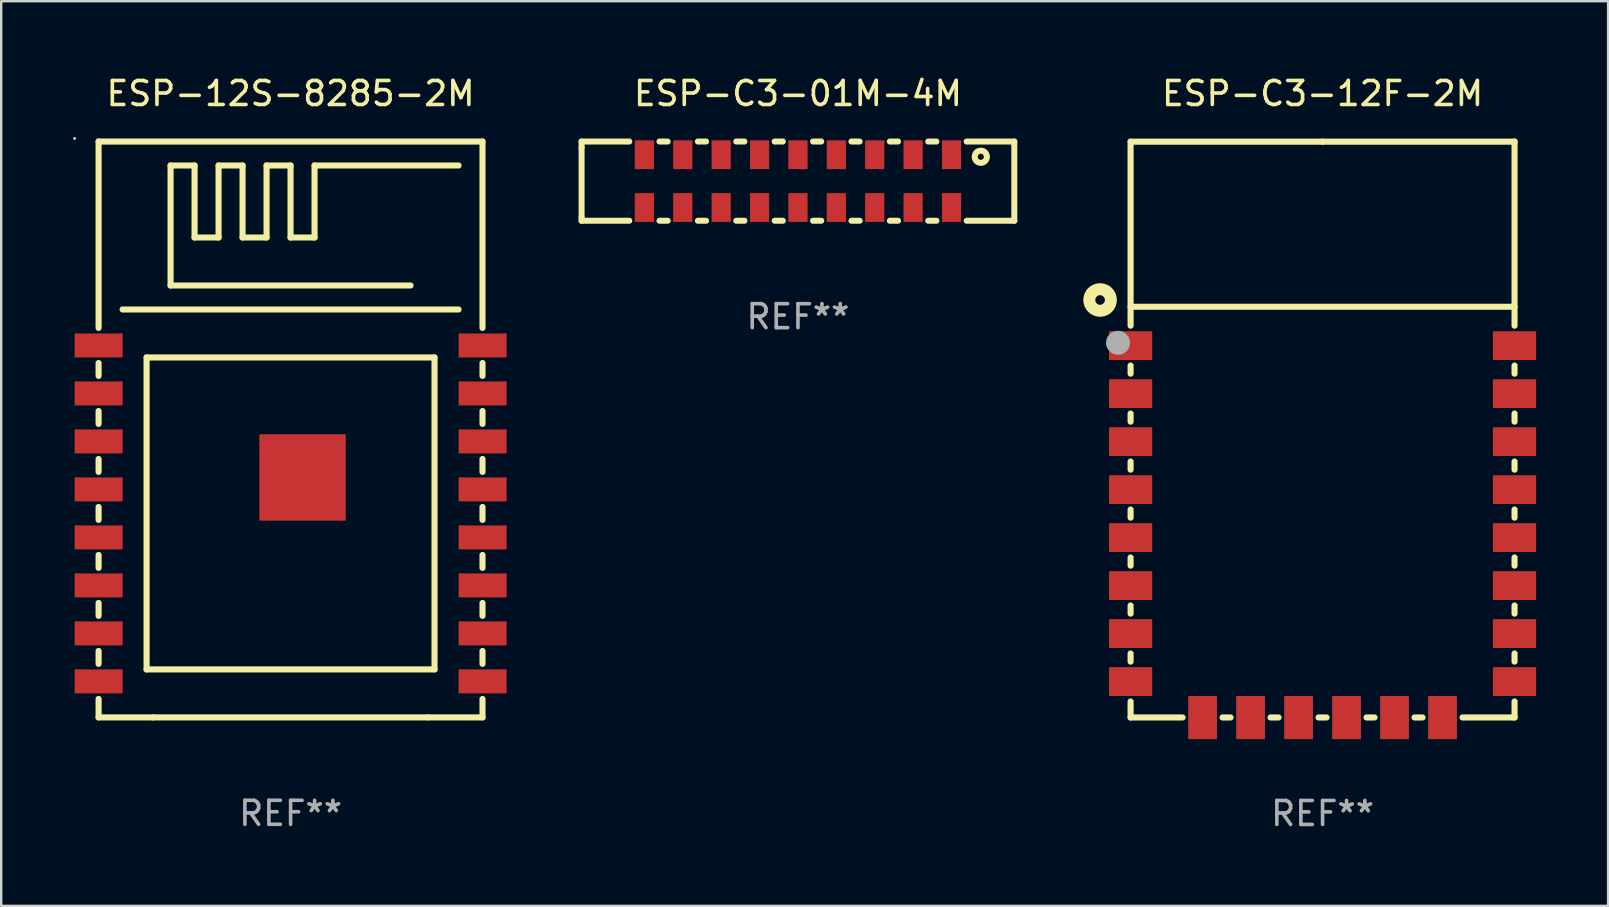
<source format=kicad_pcb>
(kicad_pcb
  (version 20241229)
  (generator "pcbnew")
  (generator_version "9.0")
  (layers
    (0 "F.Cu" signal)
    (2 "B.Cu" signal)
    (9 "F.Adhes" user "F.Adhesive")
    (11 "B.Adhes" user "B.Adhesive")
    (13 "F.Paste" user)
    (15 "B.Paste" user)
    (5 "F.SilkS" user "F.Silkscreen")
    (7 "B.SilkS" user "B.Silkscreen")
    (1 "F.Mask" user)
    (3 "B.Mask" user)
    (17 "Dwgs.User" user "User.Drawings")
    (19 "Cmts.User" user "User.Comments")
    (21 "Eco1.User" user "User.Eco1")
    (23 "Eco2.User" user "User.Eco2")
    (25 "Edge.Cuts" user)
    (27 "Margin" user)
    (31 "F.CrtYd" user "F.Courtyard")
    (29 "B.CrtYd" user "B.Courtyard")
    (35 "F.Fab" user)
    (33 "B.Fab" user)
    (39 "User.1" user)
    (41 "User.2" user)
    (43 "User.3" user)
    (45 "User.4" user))
  (footprint "ESP-C3-12F-2M"
    (layer "F.Cu")
    (at 52.069 14.851)
    (property "Reference" "ESP-C3-12F-2M" (at 0 -14.003 0) (layer "F.SilkS") (effects (font (size 1 1) (thickness 0.15))))
    (attr through_hole)
    (fp_line (start -8.001 -11.997) (end -8.001 -4.328) (stroke (width 0.254) (type solid)) (layer "F.SilkS"))
    (fp_line (start -8.001 -5.116) (end 8.001 -5.116) (stroke (width 0.254) (type solid)) (layer "F.SilkS"))
    (fp_line (start -8.001 -2.666) (end -8.001 -2.328) (stroke (width 0.254) (type solid)) (layer "F.SilkS"))
    (fp_line (start -8.001 -0.666) (end -8.001 -0.328) (stroke (width 0.254) (type solid)) (layer "F.SilkS"))
    (fp_line (start -8.001 1.334) (end -8.001 1.672) (stroke (width 0.254) (type solid)) (layer "F.SilkS"))
    (fp_line (start -8.001 3.334) (end -8.001 3.672) (stroke (width 0.254) (type solid)) (layer "F.SilkS"))
    (fp_line (start -8.001 5.334) (end -8.001 5.672) (stroke (width 0.254) (type solid)) (layer "F.SilkS"))
    (fp_line (start -8.001 7.334) (end -8.001 7.672) (stroke (width 0.254) (type solid)) (layer "F.SilkS"))
    (fp_line (start -8.001 9.334) (end -8.001 9.672) (stroke (width 0.254) (type solid)) (layer "F.SilkS"))
    (fp_line (start -8.001 11.334) (end -8.001 12) (stroke (width 0.254) (type solid)) (layer "F.SilkS"))
    (fp_line (start -8.001 12) (end -5.832 12) (stroke (width 0.254) (type solid)) (layer "F.SilkS"))
    (fp_line (start -4.169 12) (end -3.832 12) (stroke (width 0.254) (type solid)) (layer "F.SilkS"))
    (fp_line (start -2.169 12) (end -1.832 12) (stroke (width 0.254) (type solid)) (layer "F.SilkS"))
    (fp_line (start -0.169 12) (end 0.168 12) (stroke (width 0.254) (type solid)) (layer "F.SilkS"))
    (fp_line (start -0.000495 -11.997) (end -8.001 -11.997) (stroke (width 0.254) (type solid)) (layer "F.SilkS"))
    (fp_line (start -0.000495 -11.997) (end 8.001 -11.997) (stroke (width 0.254) (type solid)) (layer "F.SilkS"))
    (fp_line (start 1.831 12) (end 2.168 12) (stroke (width 0.254) (type solid)) (layer "F.SilkS"))
    (fp_line (start 3.831 12) (end 4.168 12) (stroke (width 0.254) (type solid)) (layer "F.SilkS"))
    (fp_line (start 5.831 12) (end 8.001 12) (stroke (width 0.254) (type solid)) (layer "F.SilkS"))
    (fp_line (start 8.001 -4.328) (end 8.001 -12.003) (stroke (width 0.254) (type solid)) (layer "F.SilkS"))
    (fp_line (start 8.001 -2.328) (end 8.001 -2.666) (stroke (width 0.254) (type solid)) (layer "F.SilkS"))
    (fp_line (start 8.001 -0.328) (end 8.001 -0.666) (stroke (width 0.254) (type solid)) (layer "F.SilkS"))
    (fp_line (start 8.001 1.672) (end 8.001 1.334) (stroke (width 0.254) (type solid)) (layer "F.SilkS"))
    (fp_line (start 8.001 3.672) (end 8.001 3.334) (stroke (width 0.254) (type solid)) (layer "F.SilkS"))
    (fp_line (start 8.001 5.672) (end 8.001 5.334) (stroke (width 0.254) (type solid)) (layer "F.SilkS"))
    (fp_line (start 8.001 7.672) (end 8.001 7.334) (stroke (width 0.254) (type solid)) (layer "F.SilkS"))
    (fp_line (start 8.001 9.672) (end 8.001 9.334) (stroke (width 0.254) (type solid)) (layer "F.SilkS"))
    (fp_line (start 8.001 12) (end 8.001 11.334) (stroke (width 0.254) (type solid)) (layer "F.SilkS"))
    (fp_circle (center -9.272 -5.399) (end -9.072 -5.399) (stroke (width 0.5) (type solid)) (fill no) (layer "F.SilkS"))
    (fp_circle (center -8.001 -11.997) (end -7.971 -11.997) (stroke (width 0.06) (type solid)) (fill no) (layer "F.SilkS"))
    (fp_circle (center -8.526 -3.615) (end -8.276 -3.615) (stroke (width 0.5) (type solid)) (fill no) (layer "F.Fab"))
    (fp_text user "REF**" (at 0 16.003 0) (layer "F.Fab") (effects (font (size 1 1) (thickness 0.15))))
    (pad "1" smd rect (at -8.001 -3.497) (size 1.8 1.2) (layers "F.Cu" "F.Mask" "F.Paste"))
    (pad "2" smd rect (at -8.001 -1.497) (size 1.8 1.2) (layers "F.Cu" "F.Mask" "F.Paste"))
    (pad "3" smd rect (at -8.001 0.503) (size 1.8 1.2) (layers "F.Cu" "F.Mask" "F.Paste"))
    (pad "4" smd rect (at -8.001 2.503) (size 1.8 1.2) (layers "F.Cu" "F.Mask" "F.Paste"))
    (pad "5" smd rect (at -8.001 4.503) (size 1.8 1.2) (layers "F.Cu" "F.Mask" "F.Paste"))
    (pad "6" smd rect (at -8.001 6.503) (size 1.8 1.2) (layers "F.Cu" "F.Mask" "F.Paste"))
    (pad "7" smd rect (at -8.001 8.503) (size 1.8 1.2) (layers "F.Cu" "F.Mask" "F.Paste"))
    (pad "8" smd rect (at -8.001 10.503) (size 1.8 1.2) (layers "F.Cu" "F.Mask" "F.Paste"))
    (pad "9" smd rect (at -5.001 12.003 90) (size 1.8 1.2) (layers "F.Cu" "F.Mask" "F.Paste"))
    (pad "10" smd rect (at -3.001 12.003 90) (size 1.8 1.2) (layers "F.Cu" "F.Mask" "F.Paste"))
    (pad "11" smd rect (at -1.001 12.003 90) (size 1.8 1.2) (layers "F.Cu" "F.Mask" "F.Paste"))
    (pad "12" smd rect (at 0.999 12.003 90) (size 1.8 1.2) (layers "F.Cu" "F.Mask" "F.Paste"))
    (pad "13" smd rect (at 2.999 12.003 90) (size 1.8 1.2) (layers "F.Cu" "F.Mask" "F.Paste"))
    (pad "14" smd rect (at 4.999 12.003 90) (size 1.8 1.2) (layers "F.Cu" "F.Mask" "F.Paste"))
    (pad "15" smd rect (at 7.999 10.503 180) (size 1.8 1.2) (layers "F.Cu" "F.Mask" "F.Paste"))
    (pad "16" smd rect (at 7.999 8.503 180) (size 1.8 1.2) (layers "F.Cu" "F.Mask" "F.Paste"))
    (pad "17" smd rect (at 7.999 6.503 180) (size 1.8 1.2) (layers "F.Cu" "F.Mask" "F.Paste"))
    (pad "18" smd rect (at 7.999 4.503 180) (size 1.8 1.2) (layers "F.Cu" "F.Mask" "F.Paste"))
    (pad "19" smd rect (at 7.999 2.503 180) (size 1.8 1.2) (layers "F.Cu" "F.Mask" "F.Paste"))
    (pad "20" smd rect (at 7.999 0.503 180) (size 1.8 1.2) (layers "F.Cu" "F.Mask" "F.Paste"))
    (pad "21" smd rect (at 7.999 -1.497 180) (size 1.8 1.2) (layers "F.Cu" "F.Mask" "F.Paste"))
    (pad "22" smd rect (at 7.999 -3.497 180) (size 1.8 1.2) (layers "F.Cu" "F.Mask" "F.Paste")))
  (footprint "ESP-12S-8285-2M"
    (layer "F.Cu")
    (at 9.061 14.848)
    (property "Reference" "ESP-12S-8285-2M" (at 0 -14 0) (layer "F.SilkS") (effects (font (size 1 1) (thickness 0.15))))
    (attr through_hole)
    (fp_line (start -8.002 -12) (end 7.998 -12) (stroke (width 0.254) (type solid)) (layer "F.SilkS"))
    (fp_line (start -8.002 -4.231) (end -8.002 -12) (stroke (width 0.254) (type solid)) (layer "F.SilkS"))
    (fp_line (start -8.002 -2.231) (end -8.002 -2.769) (stroke (width 0.254) (type solid)) (layer "F.SilkS"))
    (fp_line (start -8.002 -0.231) (end -8.002 -0.769) (stroke (width 0.254) (type solid)) (layer "F.SilkS"))
    (fp_line (start -8.002 1.769) (end -8.002 1.231) (stroke (width 0.254) (type solid)) (layer "F.SilkS"))
    (fp_line (start -8.002 3.769) (end -8.002 3.231) (stroke (width 0.254) (type solid)) (layer "F.SilkS"))
    (fp_line (start -8.002 5.769) (end -8.002 5.231) (stroke (width 0.254) (type solid)) (layer "F.SilkS"))
    (fp_line (start -8.002 7.769) (end -8.002 7.231) (stroke (width 0.254) (type solid)) (layer "F.SilkS"))
    (fp_line (start -8.002 9.769) (end -8.002 9.231) (stroke (width 0.254) (type solid)) (layer "F.SilkS"))
    (fp_line (start -8.002 12) (end -8.002 11.231) (stroke (width 0.254) (type solid)) (layer "F.SilkS"))
    (fp_line (start -7.002 -5) (end 6.998 -5) (stroke (width 0.254) (type solid)) (layer "F.SilkS"))
    (fp_line (start -6.002 -3) (end -6.002 10) (stroke (width 0.254) (type solid)) (layer "F.SilkS"))
    (fp_line (start -6.002 10) (end 5.998 10) (stroke (width 0.254) (type solid)) (layer "F.SilkS"))
    (fp_line (start -5.731 12) (end -8.002 12) (stroke (width 0.254) (type solid)) (layer "F.SilkS"))
    (fp_line (start -5.731 12) (end 5.728 12) (stroke (width 0.254) (type solid)) (layer "F.SilkS"))
    (fp_line (start -5.002 -11) (end -4.002 -11) (stroke (width 0.254) (type solid)) (layer "F.SilkS"))
    (fp_line (start -5.002 -6) (end -5.002 -11) (stroke (width 0.254) (type solid)) (layer "F.SilkS"))
    (fp_line (start -4.002 -11) (end -4.002 -8) (stroke (width 0.254) (type solid)) (layer "F.SilkS"))
    (fp_line (start -4.002 -8) (end -3.002 -8) (stroke (width 0.254) (type solid)) (layer "F.SilkS"))
    (fp_line (start -3.002 -11) (end -2.002 -11) (stroke (width 0.254) (type solid)) (layer "F.SilkS"))
    (fp_line (start -3.002 -8) (end -3.002 -11) (stroke (width 0.254) (type solid)) (layer "F.SilkS"))
    (fp_line (start -2.002 -11) (end -2.002 -8) (stroke (width 0.254) (type solid)) (layer "F.SilkS"))
    (fp_line (start -2.002 -8) (end -1.002 -8) (stroke (width 0.254) (type solid)) (layer "F.SilkS"))
    (fp_line (start -1.002 -11) (end -0.002 -11) (stroke (width 0.254) (type solid)) (layer "F.SilkS"))
    (fp_line (start -1.002 -8) (end -1.002 -11) (stroke (width 0.254) (type solid)) (layer "F.SilkS"))
    (fp_line (start -0.002 -11) (end -0.002 -8) (stroke (width 0.254) (type solid)) (layer "F.SilkS"))
    (fp_line (start -0.002 -8) (end 0.998 -8) (stroke (width 0.254) (type solid)) (layer "F.SilkS"))
    (fp_line (start 0.998 -11) (end 6.998 -11) (stroke (width 0.254) (type solid)) (layer "F.SilkS"))
    (fp_line (start 0.998 -8) (end 0.998 -11) (stroke (width 0.254) (type solid)) (layer "F.SilkS"))
    (fp_line (start 4.998 -6) (end -5.002 -6) (stroke (width 0.254) (type solid)) (layer "F.SilkS"))
    (fp_line (start 5.998 -3) (end -6.002 -3) (stroke (width 0.254) (type solid)) (layer "F.SilkS"))
    (fp_line (start 5.998 10) (end 5.998 -3) (stroke (width 0.254) (type solid)) (layer "F.SilkS"))
    (fp_line (start 7.998 -12) (end 7.998 -4.231) (stroke (width 0.254) (type solid)) (layer "F.SilkS"))
    (fp_line (start 7.998 -2.769) (end 7.998 -2.231) (stroke (width 0.254) (type solid)) (layer "F.SilkS"))
    (fp_line (start 7.998 -0.769) (end 7.998 -0.231) (stroke (width 0.254) (type solid)) (layer "F.SilkS"))
    (fp_line (start 7.998 1.231) (end 7.998 1.769) (stroke (width 0.254) (type solid)) (layer "F.SilkS"))
    (fp_line (start 7.998 3.231) (end 7.998 3.769) (stroke (width 0.254) (type solid)) (layer "F.SilkS"))
    (fp_line (start 7.998 5.231) (end 7.998 5.769) (stroke (width 0.254) (type solid)) (layer "F.SilkS"))
    (fp_line (start 7.998 7.231) (end 7.998 7.769) (stroke (width 0.254) (type solid)) (layer "F.SilkS"))
    (fp_line (start 7.998 9.231) (end 7.998 9.769) (stroke (width 0.254) (type solid)) (layer "F.SilkS"))
    (fp_line (start 7.998 11.231) (end 7.998 12) (stroke (width 0.254) (type solid)) (layer "F.SilkS"))
    (fp_line (start 7.998 12) (end 5.728 12) (stroke (width 0.254) (type solid)) (layer "F.SilkS"))
    (fp_circle (center -9.002 -12.127) (end -8.972 -12.127) (stroke (width 0.06) (type solid)) (fill no) (layer "F.SilkS"))
    (fp_text user "ESP12S" (at -4.826 9.204 0) (layer "B.Mask") (effects (font (size 1 1) (thickness 0.15))))
    (fp_text user "REF**" (at 0 16 0) (layer "F.Fab") (effects (font (size 1 1) (thickness 0.15))))
    (pad "1" smd rect (at -8.002 -3.5) (size 2 1) (layers "F.Cu" "F.Mask" "F.Paste"))
    (pad "2" smd rect (at -8.002 -1.5) (size 2 1) (layers "F.Cu" "F.Mask" "F.Paste"))
    (pad "3" smd rect (at -8.002 0.5) (size 2 1) (layers "F.Cu" "F.Mask" "F.Paste"))
    (pad "4" smd rect (at -8.002 2.5) (size 2 1) (layers "F.Cu" "F.Mask" "F.Paste"))
    (pad "5" smd rect (at -8.002 4.5) (size 2 1) (layers "F.Cu" "F.Mask" "F.Paste"))
    (pad "6" smd rect (at -8.002 6.5) (size 2 1) (layers "F.Cu" "F.Mask" "F.Paste"))
    (pad "7" smd rect (at -8.002 8.5) (size 2 1) (layers "F.Cu" "F.Mask" "F.Paste"))
    (pad "8" smd rect (at -8.001 10.5) (size 2 1) (layers "F.Cu" "F.Mask" "F.Paste"))
    (pad "9" smd rect (at 0.498 2) (size 3.6 3.6) (layers "F.Cu" "F.Mask" "F.Paste"))
    (pad "9" smd rect (at 7.999 10.5 180) (size 2 1) (layers "F.Cu" "F.Mask" "F.Paste"))
    (pad "10" smd rect (at 8 8.5 180) (size 2 1) (layers "F.Cu" "F.Mask" "F.Paste"))
    (pad "11" smd rect (at 8.002 6.5 180) (size 2 1) (layers "F.Cu" "F.Mask" "F.Paste"))
    (pad "12" smd rect (at 8.001 4.5 180) (size 2 1) (layers "F.Cu" "F.Mask" "F.Paste"))
    (pad "13" smd rect (at 8 2.5 180) (size 2 1) (layers "F.Cu" "F.Mask" "F.Paste"))
    (pad "14" smd rect (at 8.001 0.5 180) (size 2 1) (layers "F.Cu" "F.Mask" "F.Paste"))
    (pad "15" smd rect (at 8.001 -1.5 180) (size 2 1) (layers "F.Cu" "F.Mask" "F.Paste"))
    (pad "16" smd rect (at 8.001 -3.5 180) (size 2 1) (layers "F.Cu" "F.Mask" "F.Paste")))
  (footprint "ESP-C3-01M-4M"
    (layer "F.Cu")
    (at 30.205 4.499)
    (property "Reference" "ESP-C3-01M-4M" (at 0 -3.651 0) (layer "F.SilkS") (effects (font (size 1 1) (thickness 0.15))))
    (attr through_hole)
    (fp_line (start -9.017 -1.651) (end -7.029 -1.651) (stroke (width 0.25) (type solid)) (layer "F.SilkS"))
    (fp_line (start -9.017 -1.397) (end -9.017 -1.651) (stroke (width 0.25) (type solid)) (layer "F.SilkS"))
    (fp_line (start -9.017 -1.397) (end -9.017 1.524) (stroke (width 0.25) (type solid)) (layer "F.SilkS"))
    (fp_line (start -9.017 1.524) (end -9.017 1.651) (stroke (width 0.25) (type solid)) (layer "F.SilkS"))
    (fp_line (start -7.029 1.651) (end -9.017 1.651) (stroke (width 0.25) (type solid)) (layer "F.SilkS"))
    (fp_line (start -5.771 -1.651) (end -5.429 -1.651) (stroke (width 0.25) (type solid)) (layer "F.SilkS"))
    (fp_line (start -5.429 1.651) (end -5.771 1.651) (stroke (width 0.25) (type solid)) (layer "F.SilkS"))
    (fp_line (start -4.171 -1.651) (end -3.829 -1.651) (stroke (width 0.25) (type solid)) (layer "F.SilkS"))
    (fp_line (start -3.829 1.651) (end -4.171 1.651) (stroke (width 0.25) (type solid)) (layer "F.SilkS"))
    (fp_line (start -2.571 -1.651) (end -2.229 -1.651) (stroke (width 0.25) (type solid)) (layer "F.SilkS"))
    (fp_line (start -2.229 1.651) (end -2.571 1.651) (stroke (width 0.25) (type solid)) (layer "F.SilkS"))
    (fp_line (start -0.971 -1.651) (end -0.629 -1.651) (stroke (width 0.25) (type solid)) (layer "F.SilkS"))
    (fp_line (start -0.629 1.651) (end -0.971 1.651) (stroke (width 0.25) (type solid)) (layer "F.SilkS"))
    (fp_line (start 0.629 -1.651) (end 0.971 -1.651) (stroke (width 0.25) (type solid)) (layer "F.SilkS"))
    (fp_line (start 0.971 1.651) (end 0.629 1.651) (stroke (width 0.25) (type solid)) (layer "F.SilkS"))
    (fp_line (start 2.229 -1.651) (end 2.571 -1.651) (stroke (width 0.25) (type solid)) (layer "F.SilkS"))
    (fp_line (start 2.571 1.651) (end 2.229 1.651) (stroke (width 0.25) (type solid)) (layer "F.SilkS"))
    (fp_line (start 3.829 -1.651) (end 4.171 -1.651) (stroke (width 0.25) (type solid)) (layer "F.SilkS"))
    (fp_line (start 4.171 1.651) (end 3.829 1.651) (stroke (width 0.25) (type solid)) (layer "F.SilkS"))
    (fp_line (start 5.429 -1.651) (end 5.771 -1.651) (stroke (width 0.25) (type solid)) (layer "F.SilkS"))
    (fp_line (start 5.771 1.651) (end 5.429 1.651) (stroke (width 0.25) (type solid)) (layer "F.SilkS"))
    (fp_line (start 7.029 -1.651) (end 9.017 -1.651) (stroke (width 0.25) (type solid)) (layer "F.SilkS"))
    (fp_line (start 9.017 -1.651) (end 9.017 1.651) (stroke (width 0.25) (type solid)) (layer "F.SilkS"))
    (fp_line (start 9.017 1.651) (end 7.029 1.651) (stroke (width 0.25) (type solid)) (layer "F.SilkS"))
    (fp_circle (center 7.62 -1.016) (end 7.874 -1.016) (stroke (width 0.25) (type solid)) (fill no) (layer "F.SilkS"))
    (fp_text user "REF**" (at 0 5.651 0) (layer "F.Fab") (effects (font (size 1 1) (thickness 0.15))))
    (pad "1" smd rect (at 6.4 -1.1) (size 0.8 1.2) (layers "F.Cu" "F.Mask" "F.Paste"))
    (pad "2" smd rect (at 4.8 -1.1) (size 0.8 1.2) (layers "F.Cu" "F.Mask" "F.Paste"))
    (pad "3" smd rect (at 3.2 -1.1) (size 0.8 1.2) (layers "F.Cu" "F.Mask" "F.Paste"))
    (pad "4" smd rect (at 1.6 -1.1) (size 0.8 1.2) (layers "F.Cu" "F.Mask" "F.Paste"))
    (pad "5" smd rect (at -0.000025 -1.1) (size 0.8 1.2) (layers "F.Cu" "F.Mask" "F.Paste"))
    (pad "6" smd rect (at -1.6 -1.1) (size 0.8 1.2) (layers "F.Cu" "F.Mask" "F.Paste"))
    (pad "7" smd rect (at -3.2 -1.1) (size 0.8 1.2) (layers "F.Cu" "F.Mask" "F.Paste"))
    (pad "8" smd rect (at -4.8 -1.1) (size 0.8 1.2) (layers "F.Cu" "F.Mask" "F.Paste"))
    (pad "9" smd rect (at -6.4 -1.1) (size 0.8 1.2) (layers "F.Cu" "F.Mask" "F.Paste"))
    (pad "10" smd rect (at -6.4 1.1) (size 0.8 1.2) (layers "F.Cu" "F.Mask" "F.Paste"))
    (pad "11" smd rect (at -4.8 1.1) (size 0.8 1.2) (layers "F.Cu" "F.Mask" "F.Paste"))
    (pad "12" smd rect (at -3.2 1.1) (size 0.8 1.2) (layers "F.Cu" "F.Mask" "F.Paste"))
    (pad "13" smd rect (at -1.6 1.1) (size 0.8 1.2) (layers "F.Cu" "F.Mask" "F.Paste"))
    (pad "14" smd rect (at -0.000025 1.1) (size 0.8 1.2) (layers "F.Cu" "F.Mask" "F.Paste"))
    (pad "15" smd rect (at 1.6 1.1) (size 0.8 1.2) (layers "F.Cu" "F.Mask" "F.Paste"))
    (pad "16" smd rect (at 3.2 1.1) (size 0.8 1.2) (layers "F.Cu" "F.Mask" "F.Paste"))
    (pad "17" smd rect (at 4.8 1.1) (size 0.8 1.2) (layers "F.Cu" "F.Mask" "F.Paste"))
    (pad "18" smd rect (at 6.4 1.1) (size 0.8 1.2) (layers "F.Cu" "F.Mask" "F.Paste")))
  (gr_rect
    (start -3 -3)
    (end 63.968 34.703)
    (stroke (width 0.1) (type default))
    (fill no)
    (layer "Edge.Cuts")))
</source>
